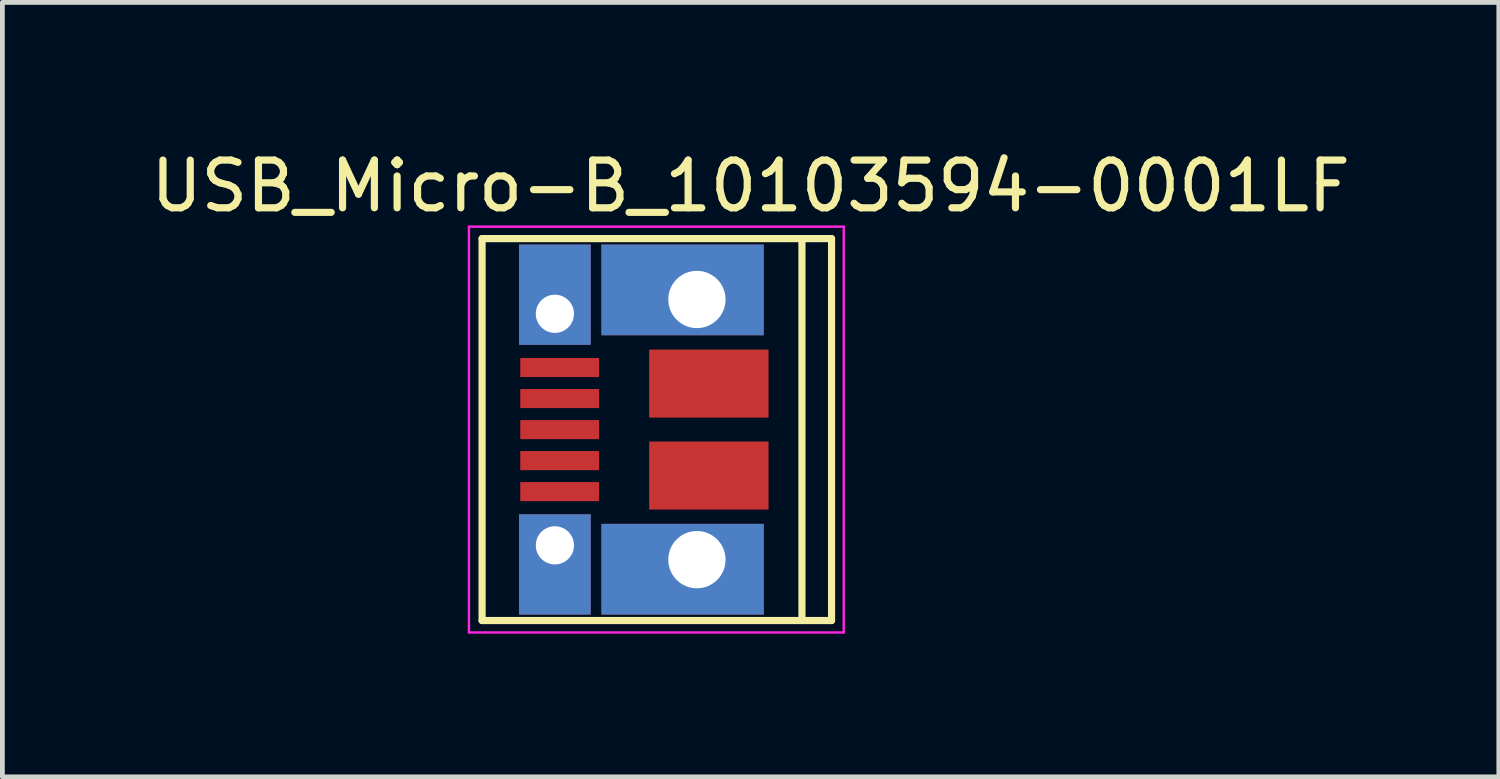
<source format=kicad_pcb>
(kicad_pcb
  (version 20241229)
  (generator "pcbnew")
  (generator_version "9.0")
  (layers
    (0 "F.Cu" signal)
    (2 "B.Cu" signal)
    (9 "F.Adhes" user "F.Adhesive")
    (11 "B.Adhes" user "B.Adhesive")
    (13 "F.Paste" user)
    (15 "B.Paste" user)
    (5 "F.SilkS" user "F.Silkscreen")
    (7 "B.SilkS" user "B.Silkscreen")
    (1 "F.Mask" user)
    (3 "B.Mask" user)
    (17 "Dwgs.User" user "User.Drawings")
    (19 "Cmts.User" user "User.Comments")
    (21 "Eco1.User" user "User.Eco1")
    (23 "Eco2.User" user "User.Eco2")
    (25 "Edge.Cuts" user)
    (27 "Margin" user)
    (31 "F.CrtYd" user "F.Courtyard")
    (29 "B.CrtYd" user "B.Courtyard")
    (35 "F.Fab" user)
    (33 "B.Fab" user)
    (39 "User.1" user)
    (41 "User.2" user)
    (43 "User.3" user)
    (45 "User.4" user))
  (footprint "USB_Micro-B_10103594-0001LF"
    (layer "F.Cu")
    (at 10.673 5.948)
    (property "Reference" "USB_Micro-B_10103594-0001LF" (at 2 -5.1 0) (layer "F.SilkS") (effects (font (size 1 1) (thickness 0.15))))
    (attr smd)
    (fp_line (start -3.625 -4) (end 3.695 -4) (stroke (width 0.15) (type solid)) (layer "F.SilkS"))
    (fp_line (start -3.625 4) (end -3.625 -4) (stroke (width 0.15) (type solid)) (layer "F.SilkS"))
    (fp_line (start 3.075 -4) (end 3.075 4) (stroke (width 0.15) (type solid)) (layer "F.SilkS"))
    (fp_line (start 3.695 4) (end -3.625 4) (stroke (width 0.15) (type solid)) (layer "F.SilkS"))
    (fp_line (start 3.695 4) (end 3.695 -4) (stroke (width 0.15) (type solid)) (layer "F.SilkS"))
    (fp_line (start -3.9 -4.25) (end 3.95 -4.25) (stroke (width 0.05) (type solid)) (layer "F.CrtYd"))
    (fp_line (start -3.9 4.25) (end -3.9 -4.25) (stroke (width 0.05) (type solid)) (layer "F.CrtYd"))
    (fp_line (start 3.95 -4.25) (end 3.95 4.25) (stroke (width 0.05) (type solid)) (layer "F.CrtYd"))
    (fp_line (start 3.95 4.25) (end -3.9 4.25) (stroke (width 0.05) (type solid)) (layer "F.CrtYd"))
    (pad "1" smd rect (at -2 1.3 180) (size 1.65 0.4) (layers "F.Cu" "F.Mask" "F.Paste"))
    (pad "2" smd rect (at -2 0.65 180) (size 1.65 0.4) (layers "F.Cu" "F.Mask" "F.Paste"))
    (pad "3" smd rect (at -2 0.001 180) (size 1.65 0.4) (layers "F.Cu" "F.Mask" "F.Paste"))
    (pad "4" smd rect (at -2 -0.65 180) (size 1.65 0.4) (layers "F.Cu" "F.Mask" "F.Paste"))
    (pad "5" smd rect (at -2 -1.3 180) (size 1.65 0.4) (layers "F.Cu" "F.Mask" "F.Paste"))
    (pad "6" thru_hole rect (at -2.1 -2.425 180) (size 1.5 2.1) (drill 0.8 (offset 0 0.4)) (layers "*.Cu" "*.Mask" "F.Paste"))
    (pad "6" thru_hole rect (at -2.1 2.425 180) (size 1.5 2.1) (drill 0.8 (offset 0 -0.4)) (layers "*.Cu" "*.Mask" "F.Paste"))
    (pad "6" thru_hole rect (at 0.875 -2.725 180) (size 3.4 1.9) (drill 1.2 (offset 0.3 0.2)) (layers "*.Cu" "*.Mask" "F.Paste"))
    (pad "6" thru_hole rect (at 0.875 2.725 180) (size 3.4 1.9) (drill 1.2 (offset 0.3 -0.2)) (layers "*.Cu" "*.Mask" "F.Paste"))
    (pad "6" smd rect (at 1.125 -0.963 180) (size 2.5 1.425) (layers "F.Cu" "F.Mask" "F.Paste"))
    (pad "6" smd rect (at 1.125 0.963 180) (size 2.5 1.425) (layers "F.Cu" "F.Mask" "F.Paste")))
  (gr_rect
    (start -3 -3)
    (end 28.345 13.223)
    (stroke (width 0.1) (type default))
    (fill no)
    (layer "Edge.Cuts")))
</source>
